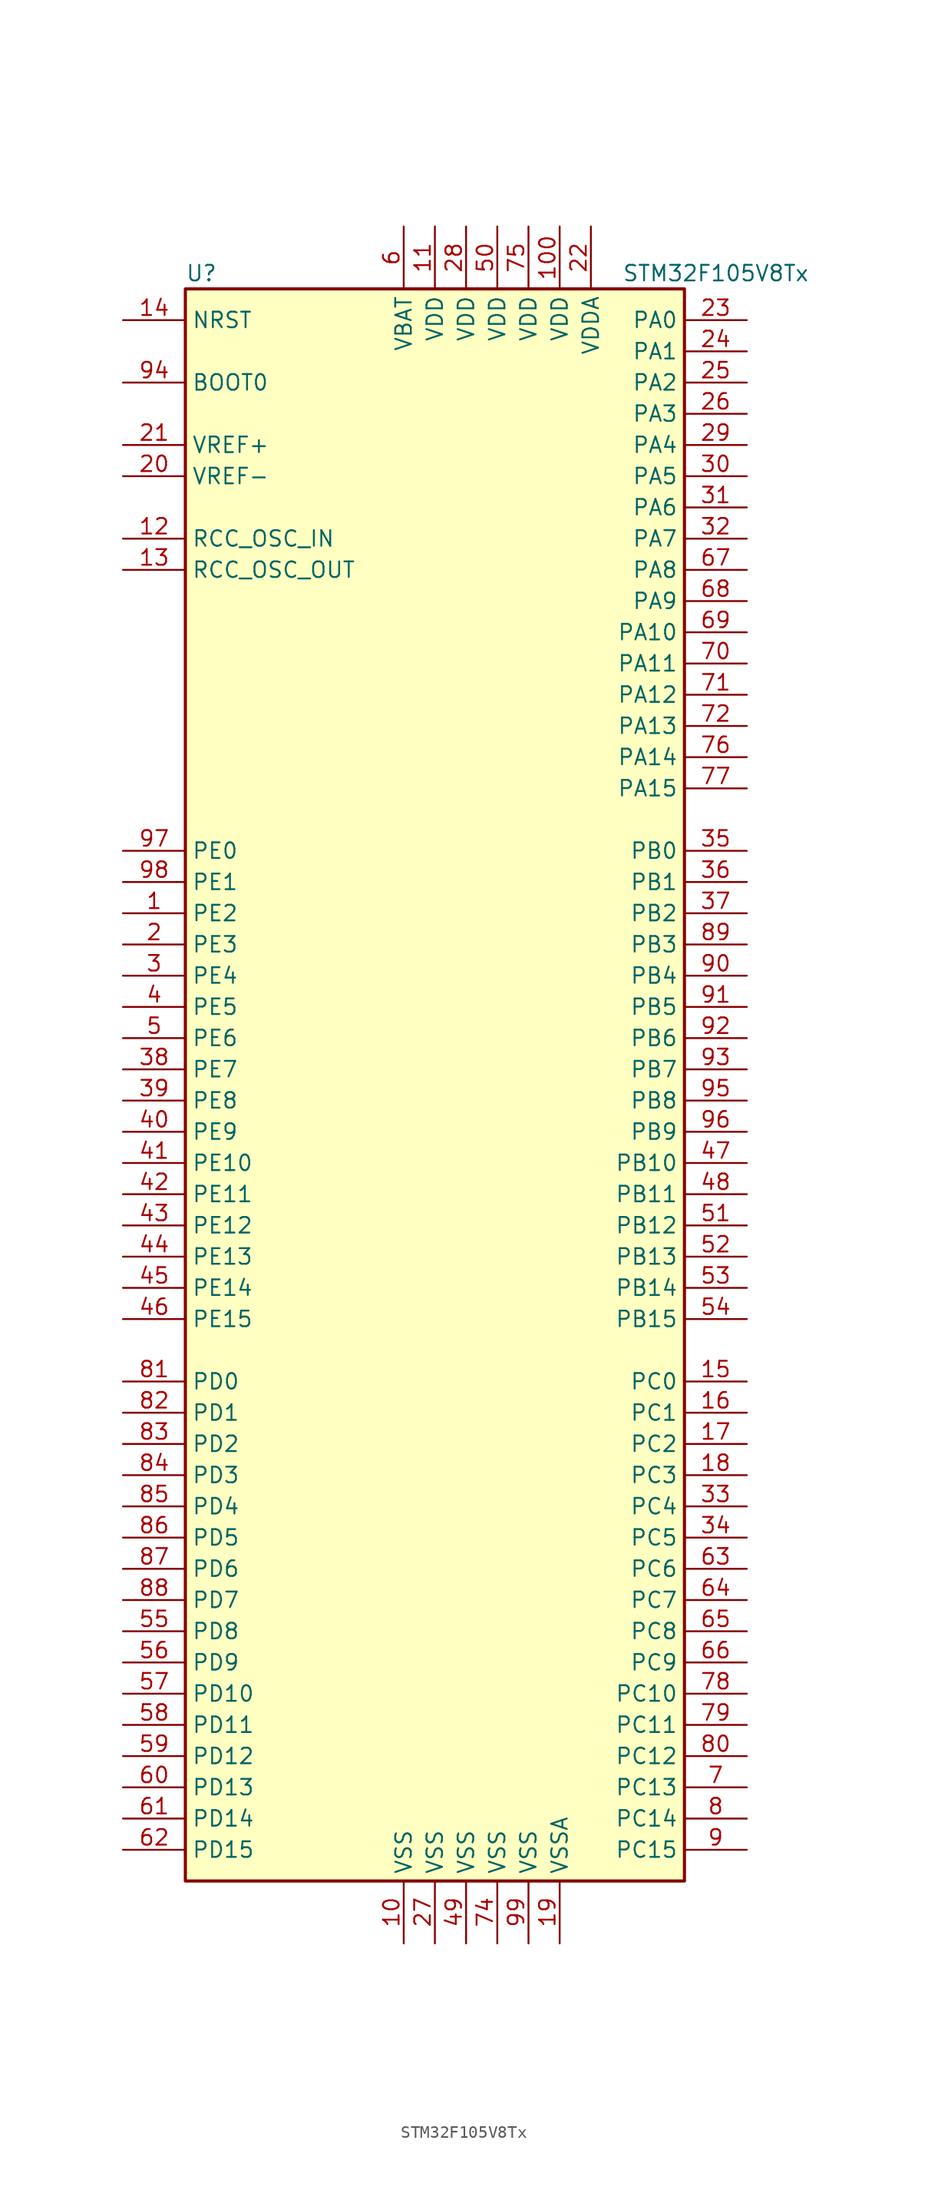
<source format=kicad_sym>
(kicad_symbol_lib
  (version 20200908)
  (generator kicad_symbol_editor)
  (symbol "MCU_ST_STM32F1:STM32F105V8Tx"
    (property "Reference" "U"
      (at -20.32 64.77 0)
      (effects (font (size 1.27 1.27)) (justify left)))
    (property "Value" "STM32F105V8Tx"
      (at 15.24 64.77 0)
      (effects (font (size 1.27 1.27)) (justify left)))
    (symbol "STM32F105V8Tx_0_1"
      (rectangle (start -20.32 -66.04) (end 20.32 63.5) (stroke (width 0.254)) (fill (type background))))
    (symbol "STM32F105V8Tx_1_1"
      (pin input line (at -25.4 55.88 0) (length 5.08) (name "BOOT0" (effects (font (size 1.27 1.27)))) (number "94" (effects (font (size 1.27 1.27)))))
      (pin unconnected line (at -20.32 -63.5 0) (length 5.08) hide (name "NC" (effects (font (size 1.27 1.27)))) (number "73" (effects (font (size 1.27 1.27)))))
      (pin input line (at -25.4 60.96 0) (length 5.08) (name "NRST" (effects (font (size 1.27 1.27)))) (number "14" (effects (font (size 1.27 1.27)))))
      (pin bidirectional line (at 25.4 60.96 180) (length 5.08) (name "PA0" (effects (font (size 1.27 1.27)))) (number "23" (effects (font (size 1.27 1.27)))))
      (pin bidirectional line (at 25.4 58.42 180) (length 5.08) (name "PA1" (effects (font (size 1.27 1.27)))) (number "24" (effects (font (size 1.27 1.27)))))
      (pin bidirectional line (at 25.4 35.56 180) (length 5.08) (name "PA10" (effects (font (size 1.27 1.27)))) (number "69" (effects (font (size 1.27 1.27)))))
      (pin bidirectional line (at 25.4 33.02 180) (length 5.08) (name "PA11" (effects (font (size 1.27 1.27)))) (number "70" (effects (font (size 1.27 1.27)))))
      (pin bidirectional line (at 25.4 30.48 180) (length 5.08) (name "PA12" (effects (font (size 1.27 1.27)))) (number "71" (effects (font (size 1.27 1.27)))))
      (pin bidirectional line (at 25.4 27.94 180) (length 5.08) (name "PA13" (effects (font (size 1.27 1.27)))) (number "72" (effects (font (size 1.27 1.27)))))
      (pin bidirectional line (at 25.4 25.4 180) (length 5.08) (name "PA14" (effects (font (size 1.27 1.27)))) (number "76" (effects (font (size 1.27 1.27)))))
      (pin bidirectional line (at 25.4 22.86 180) (length 5.08) (name "PA15" (effects (font (size 1.27 1.27)))) (number "77" (effects (font (size 1.27 1.27)))))
      (pin bidirectional line (at 25.4 55.88 180) (length 5.08) (name "PA2" (effects (font (size 1.27 1.27)))) (number "25" (effects (font (size 1.27 1.27)))))
      (pin bidirectional line (at 25.4 53.34 180) (length 5.08) (name "PA3" (effects (font (size 1.27 1.27)))) (number "26" (effects (font (size 1.27 1.27)))))
      (pin bidirectional line (at 25.4 50.8 180) (length 5.08) (name "PA4" (effects (font (size 1.27 1.27)))) (number "29" (effects (font (size 1.27 1.27)))))
      (pin bidirectional line (at 25.4 48.26 180) (length 5.08) (name "PA5" (effects (font (size 1.27 1.27)))) (number "30" (effects (font (size 1.27 1.27)))))
      (pin bidirectional line (at 25.4 45.72 180) (length 5.08) (name "PA6" (effects (font (size 1.27 1.27)))) (number "31" (effects (font (size 1.27 1.27)))))
      (pin bidirectional line (at 25.4 43.18 180) (length 5.08) (name "PA7" (effects (font (size 1.27 1.27)))) (number "32" (effects (font (size 1.27 1.27)))))
      (pin bidirectional line (at 25.4 40.64 180) (length 5.08) (name "PA8" (effects (font (size 1.27 1.27)))) (number "67" (effects (font (size 1.27 1.27)))))
      (pin bidirectional line (at 25.4 38.1 180) (length 5.08) (name "PA9" (effects (font (size 1.27 1.27)))) (number "68" (effects (font (size 1.27 1.27)))))
      (pin bidirectional line (at 25.4 17.78 180) (length 5.08) (name "PB0" (effects (font (size 1.27 1.27)))) (number "35" (effects (font (size 1.27 1.27)))))
      (pin bidirectional line (at 25.4 15.24 180) (length 5.08) (name "PB1" (effects (font (size 1.27 1.27)))) (number "36" (effects (font (size 1.27 1.27)))))
      (pin bidirectional line (at 25.4 -7.62 180) (length 5.08) (name "PB10" (effects (font (size 1.27 1.27)))) (number "47" (effects (font (size 1.27 1.27)))))
      (pin bidirectional line (at 25.4 -10.16 180) (length 5.08) (name "PB11" (effects (font (size 1.27 1.27)))) (number "48" (effects (font (size 1.27 1.27)))))
      (pin bidirectional line (at 25.4 -12.7 180) (length 5.08) (name "PB12" (effects (font (size 1.27 1.27)))) (number "51" (effects (font (size 1.27 1.27)))))
      (pin bidirectional line (at 25.4 -15.24 180) (length 5.08) (name "PB13" (effects (font (size 1.27 1.27)))) (number "52" (effects (font (size 1.27 1.27)))))
      (pin bidirectional line (at 25.4 -17.78 180) (length 5.08) (name "PB14" (effects (font (size 1.27 1.27)))) (number "53" (effects (font (size 1.27 1.27)))))
      (pin bidirectional line (at 25.4 -20.32 180) (length 5.08) (name "PB15" (effects (font (size 1.27 1.27)))) (number "54" (effects (font (size 1.27 1.27)))))
      (pin bidirectional line (at 25.4 12.7 180) (length 5.08) (name "PB2" (effects (font (size 1.27 1.27)))) (number "37" (effects (font (size 1.27 1.27)))))
      (pin bidirectional line (at 25.4 10.16 180) (length 5.08) (name "PB3" (effects (font (size 1.27 1.27)))) (number "89" (effects (font (size 1.27 1.27)))))
      (pin bidirectional line (at 25.4 7.62 180) (length 5.08) (name "PB4" (effects (font (size 1.27 1.27)))) (number "90" (effects (font (size 1.27 1.27)))))
      (pin bidirectional line (at 25.4 5.08 180) (length 5.08) (name "PB5" (effects (font (size 1.27 1.27)))) (number "91" (effects (font (size 1.27 1.27)))))
      (pin bidirectional line (at 25.4 2.54 180) (length 5.08) (name "PB6" (effects (font (size 1.27 1.27)))) (number "92" (effects (font (size 1.27 1.27)))))
      (pin bidirectional line (at 25.4 0 180) (length 5.08) (name "PB7" (effects (font (size 1.27 1.27)))) (number "93" (effects (font (size 1.27 1.27)))))
      (pin bidirectional line (at 25.4 -2.54 180) (length 5.08) (name "PB8" (effects (font (size 1.27 1.27)))) (number "95" (effects (font (size 1.27 1.27)))))
      (pin bidirectional line (at 25.4 -5.08 180) (length 5.08) (name "PB9" (effects (font (size 1.27 1.27)))) (number "96" (effects (font (size 1.27 1.27)))))
      (pin bidirectional line (at 25.4 -25.4 180) (length 5.08) (name "PC0" (effects (font (size 1.27 1.27)))) (number "15" (effects (font (size 1.27 1.27)))))
      (pin bidirectional line (at 25.4 -27.94 180) (length 5.08) (name "PC1" (effects (font (size 1.27 1.27)))) (number "16" (effects (font (size 1.27 1.27)))))
      (pin bidirectional line (at 25.4 -50.8 180) (length 5.08) (name "PC10" (effects (font (size 1.27 1.27)))) (number "78" (effects (font (size 1.27 1.27)))))
      (pin bidirectional line (at 25.4 -53.34 180) (length 5.08) (name "PC11" (effects (font (size 1.27 1.27)))) (number "79" (effects (font (size 1.27 1.27)))))
      (pin bidirectional line (at 25.4 -55.88 180) (length 5.08) (name "PC12" (effects (font (size 1.27 1.27)))) (number "80" (effects (font (size 1.27 1.27)))))
      (pin bidirectional line (at 25.4 -58.42 180) (length 5.08) (name "PC13" (effects (font (size 1.27 1.27)))) (number "7" (effects (font (size 1.27 1.27)))))
      (pin bidirectional line (at 25.4 -60.96 180) (length 5.08) (name "PC14" (effects (font (size 1.27 1.27)))) (number "8" (effects (font (size 1.27 1.27)))))
      (pin bidirectional line (at 25.4 -63.5 180) (length 5.08) (name "PC15" (effects (font (size 1.27 1.27)))) (number "9" (effects (font (size 1.27 1.27)))))
      (pin bidirectional line (at 25.4 -30.48 180) (length 5.08) (name "PC2" (effects (font (size 1.27 1.27)))) (number "17" (effects (font (size 1.27 1.27)))))
      (pin bidirectional line (at 25.4 -33.02 180) (length 5.08) (name "PC3" (effects (font (size 1.27 1.27)))) (number "18" (effects (font (size 1.27 1.27)))))
      (pin bidirectional line (at 25.4 -35.56 180) (length 5.08) (name "PC4" (effects (font (size 1.27 1.27)))) (number "33" (effects (font (size 1.27 1.27)))))
      (pin bidirectional line (at 25.4 -38.1 180) (length 5.08) (name "PC5" (effects (font (size 1.27 1.27)))) (number "34" (effects (font (size 1.27 1.27)))))
      (pin bidirectional line (at 25.4 -40.64 180) (length 5.08) (name "PC6" (effects (font (size 1.27 1.27)))) (number "63" (effects (font (size 1.27 1.27)))))
      (pin bidirectional line (at 25.4 -43.18 180) (length 5.08) (name "PC7" (effects (font (size 1.27 1.27)))) (number "64" (effects (font (size 1.27 1.27)))))
      (pin bidirectional line (at 25.4 -45.72 180) (length 5.08) (name "PC8" (effects (font (size 1.27 1.27)))) (number "65" (effects (font (size 1.27 1.27)))))
      (pin bidirectional line (at 25.4 -48.26 180) (length 5.08) (name "PC9" (effects (font (size 1.27 1.27)))) (number "66" (effects (font (size 1.27 1.27)))))
      (pin bidirectional line (at -25.4 -25.4 0) (length 5.08) (name "PD0" (effects (font (size 1.27 1.27)))) (number "81" (effects (font (size 1.27 1.27)))))
      (pin bidirectional line (at -25.4 -27.94 0) (length 5.08) (name "PD1" (effects (font (size 1.27 1.27)))) (number "82" (effects (font (size 1.27 1.27)))))
      (pin bidirectional line (at -25.4 -50.8 0) (length 5.08) (name "PD10" (effects (font (size 1.27 1.27)))) (number "57" (effects (font (size 1.27 1.27)))))
      (pin bidirectional line (at -25.4 -53.34 0) (length 5.08) (name "PD11" (effects (font (size 1.27 1.27)))) (number "58" (effects (font (size 1.27 1.27)))))
      (pin bidirectional line (at -25.4 -55.88 0) (length 5.08) (name "PD12" (effects (font (size 1.27 1.27)))) (number "59" (effects (font (size 1.27 1.27)))))
      (pin bidirectional line (at -25.4 -58.42 0) (length 5.08) (name "PD13" (effects (font (size 1.27 1.27)))) (number "60" (effects (font (size 1.27 1.27)))))
      (pin bidirectional line (at -25.4 -60.96 0) (length 5.08) (name "PD14" (effects (font (size 1.27 1.27)))) (number "61" (effects (font (size 1.27 1.27)))))
      (pin bidirectional line (at -25.4 -63.5 0) (length 5.08) (name "PD15" (effects (font (size 1.27 1.27)))) (number "62" (effects (font (size 1.27 1.27)))))
      (pin bidirectional line (at -25.4 -30.48 0) (length 5.08) (name "PD2" (effects (font (size 1.27 1.27)))) (number "83" (effects (font (size 1.27 1.27)))))
      (pin bidirectional line (at -25.4 -33.02 0) (length 5.08) (name "PD3" (effects (font (size 1.27 1.27)))) (number "84" (effects (font (size 1.27 1.27)))))
      (pin bidirectional line (at -25.4 -35.56 0) (length 5.08) (name "PD4" (effects (font (size 1.27 1.27)))) (number "85" (effects (font (size 1.27 1.27)))))
      (pin bidirectional line (at -25.4 -38.1 0) (length 5.08) (name "PD5" (effects (font (size 1.27 1.27)))) (number "86" (effects (font (size 1.27 1.27)))))
      (pin bidirectional line (at -25.4 -40.64 0) (length 5.08) (name "PD6" (effects (font (size 1.27 1.27)))) (number "87" (effects (font (size 1.27 1.27)))))
      (pin bidirectional line (at -25.4 -43.18 0) (length 5.08) (name "PD7" (effects (font (size 1.27 1.27)))) (number "88" (effects (font (size 1.27 1.27)))))
      (pin bidirectional line (at -25.4 -45.72 0) (length 5.08) (name "PD8" (effects (font (size 1.27 1.27)))) (number "55" (effects (font (size 1.27 1.27)))))
      (pin bidirectional line (at -25.4 -48.26 0) (length 5.08) (name "PD9" (effects (font (size 1.27 1.27)))) (number "56" (effects (font (size 1.27 1.27)))))
      (pin bidirectional line (at -25.4 17.78 0) (length 5.08) (name "PE0" (effects (font (size 1.27 1.27)))) (number "97" (effects (font (size 1.27 1.27)))))
      (pin bidirectional line (at -25.4 15.24 0) (length 5.08) (name "PE1" (effects (font (size 1.27 1.27)))) (number "98" (effects (font (size 1.27 1.27)))))
      (pin bidirectional line (at -25.4 -7.62 0) (length 5.08) (name "PE10" (effects (font (size 1.27 1.27)))) (number "41" (effects (font (size 1.27 1.27)))))
      (pin bidirectional line (at -25.4 -10.16 0) (length 5.08) (name "PE11" (effects (font (size 1.27 1.27)))) (number "42" (effects (font (size 1.27 1.27)))))
      (pin bidirectional line (at -25.4 -12.7 0) (length 5.08) (name "PE12" (effects (font (size 1.27 1.27)))) (number "43" (effects (font (size 1.27 1.27)))))
      (pin bidirectional line (at -25.4 -15.24 0) (length 5.08) (name "PE13" (effects (font (size 1.27 1.27)))) (number "44" (effects (font (size 1.27 1.27)))))
      (pin bidirectional line (at -25.4 -17.78 0) (length 5.08) (name "PE14" (effects (font (size 1.27 1.27)))) (number "45" (effects (font (size 1.27 1.27)))))
      (pin bidirectional line (at -25.4 -20.32 0) (length 5.08) (name "PE15" (effects (font (size 1.27 1.27)))) (number "46" (effects (font (size 1.27 1.27)))))
      (pin bidirectional line (at -25.4 12.7 0) (length 5.08) (name "PE2" (effects (font (size 1.27 1.27)))) (number "1" (effects (font (size 1.27 1.27)))))
      (pin bidirectional line (at -25.4 10.16 0) (length 5.08) (name "PE3" (effects (font (size 1.27 1.27)))) (number "2" (effects (font (size 1.27 1.27)))))
      (pin bidirectional line (at -25.4 7.62 0) (length 5.08) (name "PE4" (effects (font (size 1.27 1.27)))) (number "3" (effects (font (size 1.27 1.27)))))
      (pin bidirectional line (at -25.4 5.08 0) (length 5.08) (name "PE5" (effects (font (size 1.27 1.27)))) (number "4" (effects (font (size 1.27 1.27)))))
      (pin bidirectional line (at -25.4 2.54 0) (length 5.08) (name "PE6" (effects (font (size 1.27 1.27)))) (number "5" (effects (font (size 1.27 1.27)))))
      (pin bidirectional line (at -25.4 0 0) (length 5.08) (name "PE7" (effects (font (size 1.27 1.27)))) (number "38" (effects (font (size 1.27 1.27)))))
      (pin bidirectional line (at -25.4 -2.54 0) (length 5.08) (name "PE8" (effects (font (size 1.27 1.27)))) (number "39" (effects (font (size 1.27 1.27)))))
      (pin bidirectional line (at -25.4 -5.08 0) (length 5.08) (name "PE9" (effects (font (size 1.27 1.27)))) (number "40" (effects (font (size 1.27 1.27)))))
      (pin input line (at -25.4 43.18 0) (length 5.08) (name "RCC_OSC_IN" (effects (font (size 1.27 1.27)))) (number "12" (effects (font (size 1.27 1.27)))))
      (pin input line (at -25.4 40.64 0) (length 5.08) (name "RCC_OSC_OUT" (effects (font (size 1.27 1.27)))) (number "13" (effects (font (size 1.27 1.27)))))
      (pin power_in line (at -2.54 68.58 270) (length 5.08) (name "VBAT" (effects (font (size 1.27 1.27)))) (number "6" (effects (font (size 1.27 1.27)))))
      (pin power_in line (at 10.16 68.58 270) (length 5.08) (name "VDD" (effects (font (size 1.27 1.27)))) (number "100" (effects (font (size 1.27 1.27)))))
      (pin power_in line (at 0 68.58 270) (length 5.08) (name "VDD" (effects (font (size 1.27 1.27)))) (number "11" (effects (font (size 1.27 1.27)))))
      (pin power_in line (at 2.54 68.58 270) (length 5.08) (name "VDD" (effects (font (size 1.27 1.27)))) (number "28" (effects (font (size 1.27 1.27)))))
      (pin power_in line (at 5.08 68.58 270) (length 5.08) (name "VDD" (effects (font (size 1.27 1.27)))) (number "50" (effects (font (size 1.27 1.27)))))
      (pin power_in line (at 7.62 68.58 270) (length 5.08) (name "VDD" (effects (font (size 1.27 1.27)))) (number "75" (effects (font (size 1.27 1.27)))))
      (pin power_in line (at 12.7 68.58 270) (length 5.08) (name "VDDA" (effects (font (size 1.27 1.27)))) (number "22" (effects (font (size 1.27 1.27)))))
      (pin power_in line (at -25.4 50.8 0) (length 5.08) (name "VREF+" (effects (font (size 1.27 1.27)))) (number "21" (effects (font (size 1.27 1.27)))))
      (pin power_in line (at -25.4 48.26 0) (length 5.08) (name "VREF-" (effects (font (size 1.27 1.27)))) (number "20" (effects (font (size 1.27 1.27)))))
      (pin power_in line (at -2.54 -71.12 90) (length 5.08) (name "VSS" (effects (font (size 1.27 1.27)))) (number "10" (effects (font (size 1.27 1.27)))))
      (pin power_in line (at 0 -71.12 90) (length 5.08) (name "VSS" (effects (font (size 1.27 1.27)))) (number "27" (effects (font (size 1.27 1.27)))))
      (pin power_in line (at 2.54 -71.12 90) (length 5.08) (name "VSS" (effects (font (size 1.27 1.27)))) (number "49" (effects (font (size 1.27 1.27)))))
      (pin power_in line (at 5.08 -71.12 90) (length 5.08) (name "VSS" (effects (font (size 1.27 1.27)))) (number "74" (effects (font (size 1.27 1.27)))))
      (pin power_in line (at 7.62 -71.12 90) (length 5.08) (name "VSS" (effects (font (size 1.27 1.27)))) (number "99" (effects (font (size 1.27 1.27)))))
      (pin power_in line (at 10.16 -71.12 90) (length 5.08) (name "VSSA" (effects (font (size 1.27 1.27)))) (number "19" (effects (font (size 1.27 1.27))))))))
</source>
